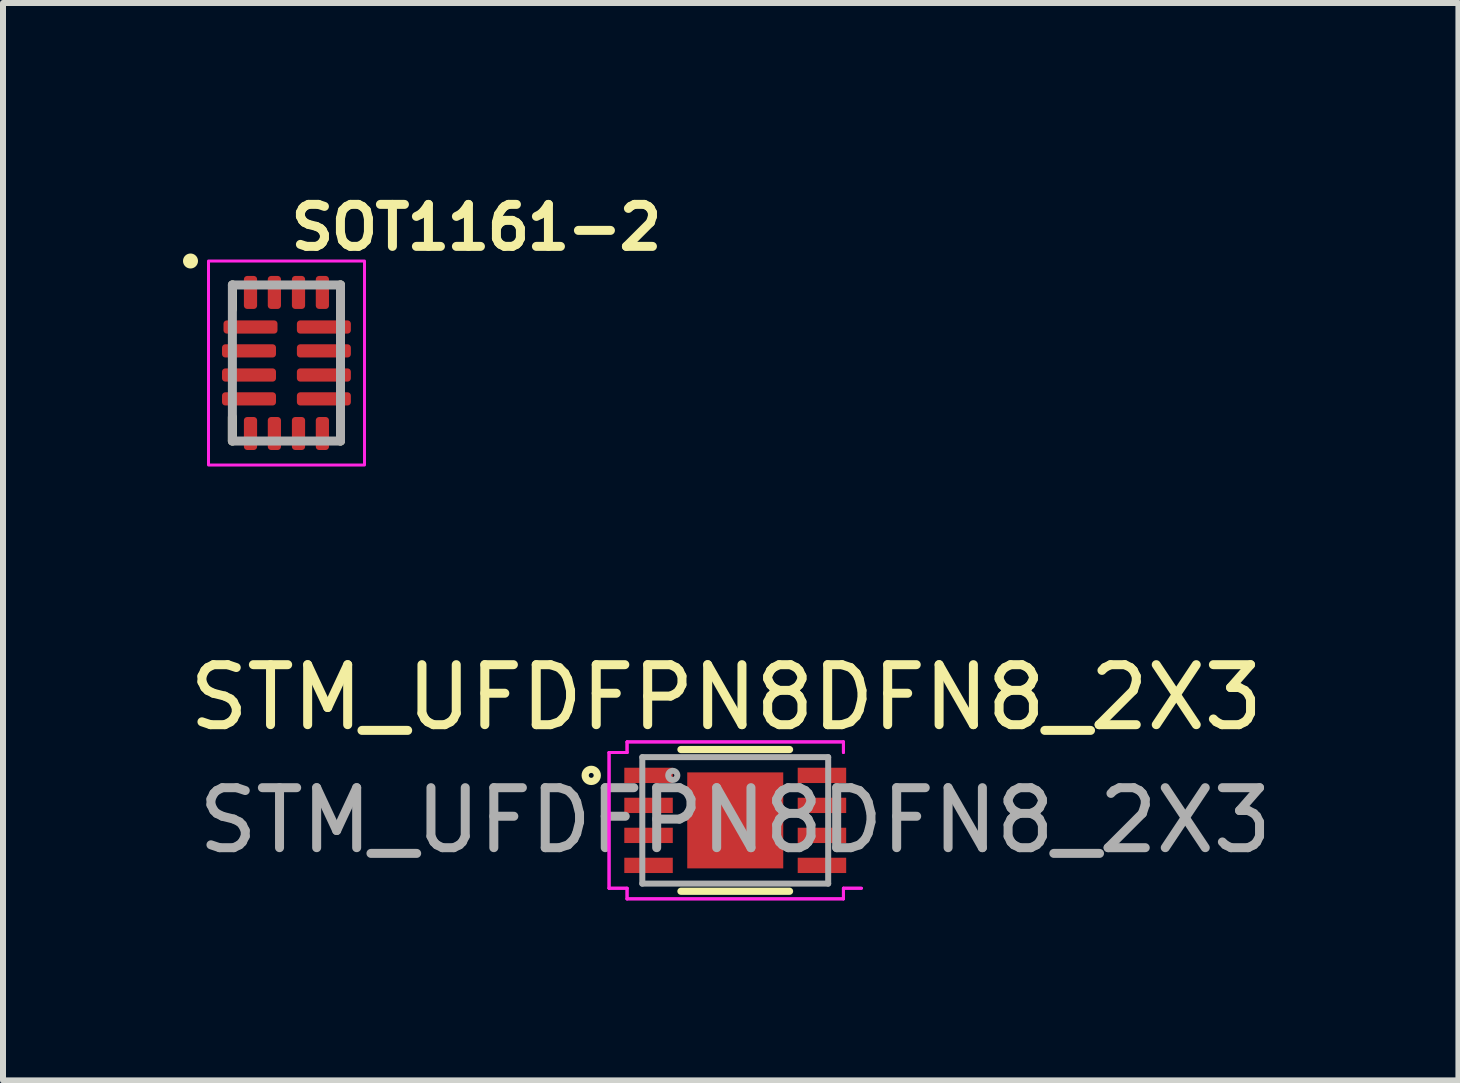
<source format=kicad_pcb>
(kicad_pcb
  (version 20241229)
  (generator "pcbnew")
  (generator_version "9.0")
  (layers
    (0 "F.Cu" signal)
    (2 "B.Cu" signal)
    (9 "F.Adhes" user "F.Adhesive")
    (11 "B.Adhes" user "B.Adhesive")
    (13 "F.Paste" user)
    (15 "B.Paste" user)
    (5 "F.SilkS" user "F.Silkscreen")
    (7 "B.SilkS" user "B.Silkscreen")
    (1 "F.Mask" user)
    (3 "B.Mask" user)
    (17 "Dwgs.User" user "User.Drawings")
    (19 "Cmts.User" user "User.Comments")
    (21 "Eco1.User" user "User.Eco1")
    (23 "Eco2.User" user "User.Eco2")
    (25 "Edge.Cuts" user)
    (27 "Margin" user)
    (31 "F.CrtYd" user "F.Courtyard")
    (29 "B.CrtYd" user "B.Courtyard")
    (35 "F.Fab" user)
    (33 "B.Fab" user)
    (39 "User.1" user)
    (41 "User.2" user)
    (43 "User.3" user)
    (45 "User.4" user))
  (footprint "STM_UFDFPN8DFN8_2X3"
    (layer "F.Cu")
    (at 9.204 10.623)
    (property "Reference" "STM_UFDFPN8DFN8_2X3" (at -0.15 -2.05 0) (layer "F.SilkS") (effects (font (size 1 1) (thickness 0.15))))
    (attr through_hole)
    (fp_line (start -0.905 1.181) (end 0.905 1.181) (stroke (width 0.12) (type solid)) (layer "F.SilkS"))
    (fp_line (start 0.905 -1.181) (end -0.905 -1.181) (stroke (width 0.12) (type solid)) (layer "F.SilkS"))
    (fp_circle (center -2.4 -0.75) (end -2.299 -0.75) (stroke (width 0.12) (type solid)) (fill no) (layer "F.SilkS"))
    (fp_line (start -2.103 -1.131) (end -1.803 -1.131) (stroke (width 0.05) (type solid)) (layer "F.CrtYd"))
    (fp_line (start -2.103 -1.131) (end -1.803 -1.131) (stroke (width 0.05) (type solid)) (layer "F.CrtYd"))
    (fp_line (start -2.103 1.131) (end -2.103 -1.131) (stroke (width 0.05) (type solid)) (layer "F.CrtYd"))
    (fp_line (start -2.103 1.131) (end -2.103 -1.131) (stroke (width 0.05) (type solid)) (layer "F.CrtYd"))
    (fp_line (start -2.103 1.131) (end -1.803 1.131) (stroke (width 0.05) (type solid)) (layer "F.CrtYd"))
    (fp_line (start -1.803 -1.308) (end 1.803 -1.308) (stroke (width 0.05) (type solid)) (layer "F.CrtYd"))
    (fp_line (start -1.803 -1.308) (end 1.803 -1.308) (stroke (width 0.05) (type solid)) (layer "F.CrtYd"))
    (fp_line (start -1.803 -1.131) (end -1.803 -1.308) (stroke (width 0.05) (type solid)) (layer "F.CrtYd"))
    (fp_line (start -1.803 -1.131) (end -1.803 -1.308) (stroke (width 0.05) (type solid)) (layer "F.CrtYd"))
    (fp_line (start -1.803 1.131) (end -2.103 1.131) (stroke (width 0.05) (type solid)) (layer "F.CrtYd"))
    (fp_line (start -1.803 1.308) (end -1.803 1.131) (stroke (width 0.05) (type solid)) (layer "F.CrtYd"))
    (fp_line (start -1.803 1.308) (end -1.803 1.131) (stroke (width 0.05) (type solid)) (layer "F.CrtYd"))
    (fp_line (start 1.803 -1.308) (end 1.803 -1.131) (stroke (width 0.05) (type solid)) (layer "F.CrtYd"))
    (fp_line (start 1.803 -1.308) (end 1.803 -1.131) (stroke (width 0.05) (type solid)) (layer "F.CrtYd"))
    (fp_line (start 1.803 1.131) (end 1.803 1.308) (stroke (width 0.05) (type solid)) (layer "F.CrtYd"))
    (fp_line (start 1.803 1.131) (end 1.803 1.308) (stroke (width 0.05) (type solid)) (layer "F.CrtYd"))
    (fp_line (start 1.803 1.308) (end -1.803 1.308) (stroke (width 0.05) (type solid)) (layer "F.CrtYd"))
    (fp_line (start 1.803 1.308) (end -1.803 1.308) (stroke (width 0.05) (type solid)) (layer "F.CrtYd"))
    (fp_line (start 2.103 1.131) (end 1.803 1.131) (stroke (width 0.05) (type solid)) (layer "F.CrtYd"))
    (fp_line (start 2.103 1.131) (end 1.803 1.131) (stroke (width 0.05) (type solid)) (layer "F.CrtYd"))
    (fp_line (start -1.549 -1.054) (end -1.549 1.054) (stroke (width 0.1) (type solid)) (layer "F.Fab"))
    (fp_line (start -1.549 1.054) (end 1.549 1.054) (stroke (width 0.1) (type solid)) (layer "F.Fab"))
    (fp_line (start 1.549 -1.054) (end -1.549 -1.054) (stroke (width 0.1) (type solid)) (layer "F.Fab"))
    (fp_line (start 1.549 1.054) (end 1.549 -1.054) (stroke (width 0.1) (type solid)) (layer "F.Fab"))
    (fp_circle (center -1.041 -0.75) (end -0.965 -0.75) (stroke (width 0.1) (type solid)) (fill no) (layer "F.Fab"))
    (fp_text user "${REFERENCE}" (at 0 0 0) (layer "F.Fab") (effects (font (size 1 1) (thickness 0.15))))
    (pad "1" smd rect (at -1.445 -0.75) (size 0.808 0.255) (layers "F.Cu" "F.Mask" "F.Paste"))
    (pad "2" smd rect (at -1.445 -0.25) (size 0.808 0.255) (layers "F.Cu" "F.Mask" "F.Paste"))
    (pad "3" smd rect (at -1.445 0.25) (size 0.808 0.255) (layers "F.Cu" "F.Mask" "F.Paste"))
    (pad "4" smd rect (at -1.445 0.75) (size 0.808 0.255) (layers "F.Cu" "F.Mask" "F.Paste"))
    (pad "5" smd rect (at 1.445 0.75) (size 0.808 0.255) (layers "F.Cu" "F.Mask" "F.Paste"))
    (pad "6" smd rect (at 1.445 0.25) (size 0.808 0.255) (layers "F.Cu" "F.Mask" "F.Paste"))
    (pad "7" smd rect (at 1.445 -0.25) (size 0.808 0.255) (layers "F.Cu" "F.Mask" "F.Paste"))
    (pad "8" smd rect (at 1.445 -0.75) (size 0.808 0.255) (layers "F.Cu" "F.Mask" "F.Paste"))
    (pad "9" smd rect (at 0 0) (size 1.6 1.6) (layers "F.Cu" "F.Mask" "F.Paste")))
  (footprint "SOT1161-2"
    (layer "F.Cu")
    (at 1.725 3)
    (property "Reference" "SOT1161-2" (at 0 -1.85 0) (layer "F.SilkS") (effects (font (size 0.7 0.7) (thickness 0.15)) (justify left bottom)))
    (attr smd)
    (fp_line (start -0.902 0.9) (end -0.902 1.3) (stroke (width 0.15) (type solid)) (layer "F.SilkS"))
    (fp_line (start -0.9 -0.9) (end -0.9 -1.3) (stroke (width 0.15) (type solid)) (layer "F.SilkS"))
    (fp_line (start 0.9 -0.901) (end 0.9 -1.301) (stroke (width 0.15) (type solid)) (layer "F.SilkS"))
    (fp_line (start 0.9 0.9) (end 0.9 1.3) (stroke (width 0.15) (type solid)) (layer "F.SilkS"))
    (fp_circle (center -1.6 -1.7) (end -1.55 -1.7) (stroke (width 0.15) (type solid)) (fill yes) (layer "F.SilkS"))
    (fp_rect (start -1.3 -1.7) (end 1.3 1.7) (stroke (width 0.05) (type solid)) (fill no) (layer "F.CrtYd"))
    (fp_line (start -0.902 -1.301) (end 0.9 -1.301) (stroke (width 0.15) (type solid)) (layer "F.Fab"))
    (fp_line (start -0.902 1.3) (end -0.902 -1.301) (stroke (width 0.15) (type solid)) (layer "F.Fab"))
    (fp_line (start 0.9 -1.301) (end 0.9 1.3) (stroke (width 0.15) (type solid)) (layer "F.Fab"))
    (fp_line (start 0.9 1.3) (end -0.902 1.3) (stroke (width 0.15) (type solid)) (layer "F.Fab"))
    (fp_rect (start -0.902 -1.301) (end 0.9 1.3) (stroke (width 0.1) (type solid)) (fill no) (layer "User.5"))
    (fp_line (start -0.902 -1.301) (end 0.9 -1.301) (stroke (width 0.02) (type solid)) (layer "User.9"))
    (fp_line (start -0.902 1.3) (end -0.902 -1.301) (stroke (width 0.02) (type solid)) (layer "User.9"))
    (fp_line (start 0.9 -1.301) (end 0.9 1.3) (stroke (width 0.02) (type solid)) (layer "User.9"))
    (fp_line (start 0.9 1.3) (end -0.902 1.3) (stroke (width 0.02) (type solid)) (layer "User.9"))
    (pad "1" smd roundrect (at -0.6 -0.6 90) (size 0.22 0.9) (layers "F.Cu" "F.Mask" "F.Paste") (roundrect_rratio 0.25))
    (pad "2" smd roundrect (at -0.625 -0.202 90) (size 0.22 0.9) (layers "F.Cu" "F.Mask" "F.Paste") (roundrect_rratio 0.25))
    (pad "3" smd roundrect (at -0.625 0.2 90) (size 0.22 0.9) (layers "F.Cu" "F.Mask" "F.Paste") (roundrect_rratio 0.25))
    (pad "4" smd roundrect (at -0.625 0.598 90) (size 0.22 0.9) (layers "F.Cu" "F.Mask" "F.Paste") (roundrect_rratio 0.25))
    (pad "5" smd roundrect (at -0.6 1.175) (size 0.22 0.55) (layers "F.Cu" "F.Mask" "F.Paste") (roundrect_rratio 0.25))
    (pad "6" smd roundrect (at -0.202 1.175) (size 0.22 0.55) (layers "F.Cu" "F.Mask" "F.Paste") (roundrect_rratio 0.25))
    (pad "7" smd roundrect (at 0.2 1.175) (size 0.22 0.55) (layers "F.Cu" "F.Mask" "F.Paste") (roundrect_rratio 0.25))
    (pad "8" smd roundrect (at 0.598 1.175) (size 0.22 0.55) (layers "F.Cu" "F.Mask" "F.Paste") (roundrect_rratio 0.25))
    (pad "9" smd roundrect (at 0.623 0.598 90) (size 0.22 0.9) (layers "F.Cu" "F.Mask" "F.Paste") (roundrect_rratio 0.25))
    (pad "10" smd roundrect (at 0.623 0.2 90) (size 0.22 0.9) (layers "F.Cu" "F.Mask" "F.Paste") (roundrect_rratio 0.25))
    (pad "11" smd roundrect (at 0.623 -0.202 90) (size 0.22 0.9) (layers "F.Cu" "F.Mask" "F.Paste") (roundrect_rratio 0.25))
    (pad "12" smd roundrect (at 0.623 -0.6 90) (size 0.22 0.9) (layers "F.Cu" "F.Mask" "F.Paste") (roundrect_rratio 0.25))
    (pad "13" smd roundrect (at 0.598 -1.176) (size 0.22 0.55) (layers "F.Cu" "F.Mask" "F.Paste") (roundrect_rratio 0.25))
    (pad "14" smd roundrect (at 0.2 -1.176) (size 0.22 0.55) (layers "F.Cu" "F.Mask" "F.Paste") (roundrect_rratio 0.25))
    (pad "15" smd roundrect (at -0.202 -1.176) (size 0.22 0.55) (layers "F.Cu" "F.Mask" "F.Paste") (roundrect_rratio 0.25))
    (pad "16" smd roundrect (at -0.6 -1.176) (size 0.22 0.55) (layers "F.Cu" "F.Mask" "F.Paste") (roundrect_rratio 0.25)))
  (gr_rect
    (start -3 -3)
    (end 21.257 14.956)
    (stroke (width 0.1) (type default))
    (fill no)
    (layer "Edge.Cuts")))
</source>
